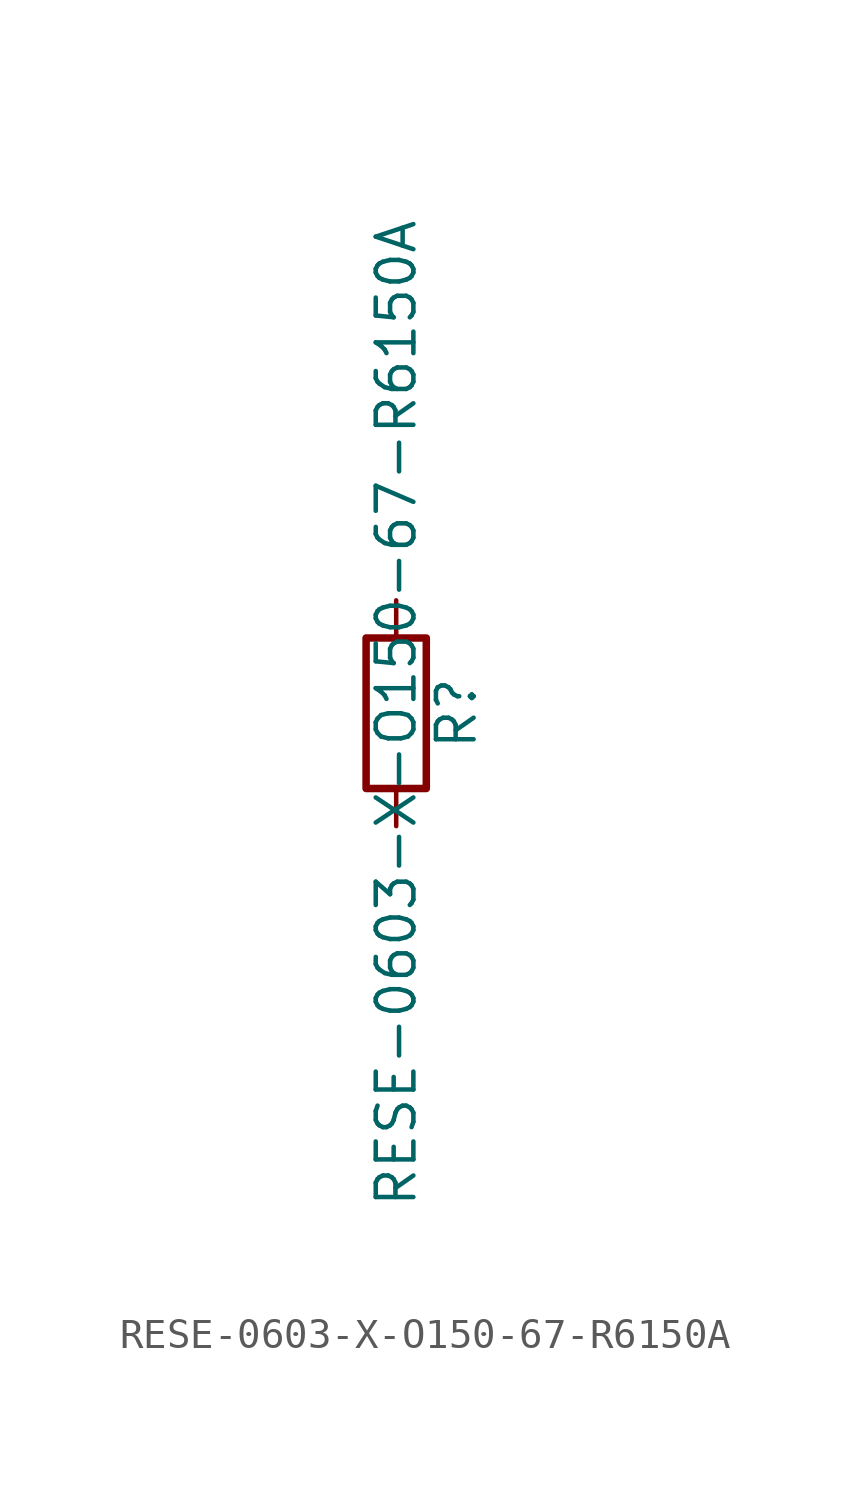
<source format=kicad_sym>
(kicad_symbol_lib
  (version 20211014)
  (generator kicad_symbol_editor)
  (symbol "RESE-0603-X-O150-67-R6150A"
    (pin_numbers hide)
    (pin_names
      (offset 0))
    (property "Reference" "R"
      (at 2.032 0 90)
      (effects (font (size 1.27 1.27))))
    (property "Value" "RESE-0603-X-O150-67-R6150A"
      (at 0 0 90)
      (effects (font (size 1.27 1.27))))
    (symbol "RESE-0603-X-O150-67-R6150A_0_1"
      (rectangle (start -1.016 -2.54) (end 1.016 2.54) (stroke (width 0.254) (type default) (color 0 0 0 0)) (fill (type none))))
    (symbol "RESE-0603-X-O150-67-R6150A_1_1"
      (pin passive line (at 0 3.81 270) (length 1.27) (name "~" (effects (font (size 1.27 1.27)))) (number "1" (effects (font (size 1.27 1.27)))))
      (pin passive line (at 0 -3.81 90) (length 1.27) (name "~" (effects (font (size 1.27 1.27)))) (number "2" (effects (font (size 1.27 1.27))))))))
</source>
